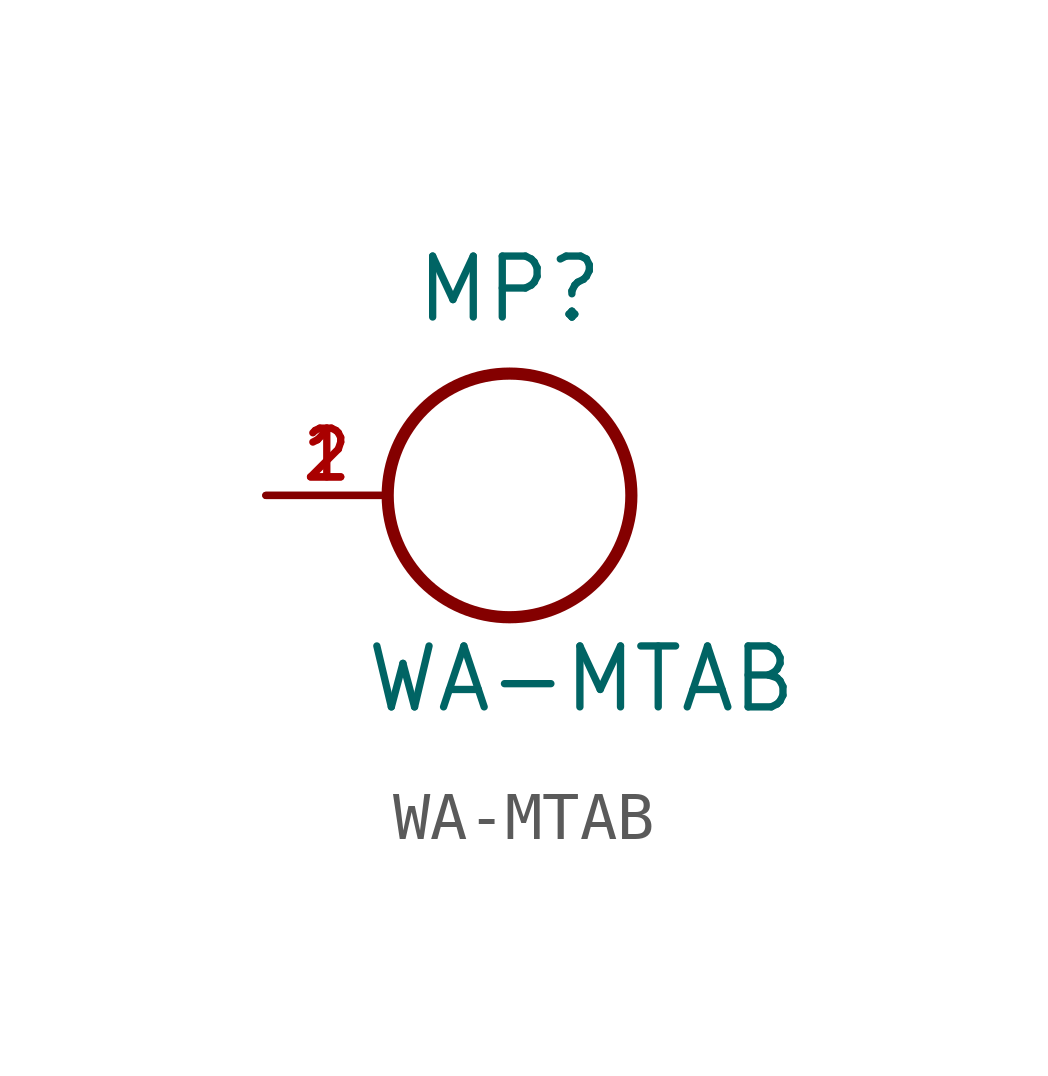
<source format=kicad_sym>
(kicad_symbol_lib
  (version 20211014)
  (generator kicad_symbol_editor)
  (symbol "WA-MTAB"
    (pin_names
      (offset 1.016))
    (property "Reference" "MP"
      (at 0.0 3.556 0)
      (effects (font (size 1.27 1.27)) (justify bottom)))
    (property "Value" "WA-MTAB"
      (at -3.048 -4.572 0)
      (effects (font (size 1.27 1.27)) (justify bottom left)))
    (symbol "WA-MTAB_0_0"
      (circle (center 0.0 0.0) (radius 2.54) (stroke (width 0.254)) (fill (type none)))
      (pin passive line (at -5.08 0.0 0) (length 2.54) (name "~" (effects (font (size 1.016 1.016)))) (number "1" (effects (font (size 1.016 1.016)))))
      (pin passive line (at -5.08 0.0 0) (length 2.54) (name "~" (effects (font (size 1.016 1.016)))) (number "2" (effects (font (size 1.016 1.016))))))))
</source>
